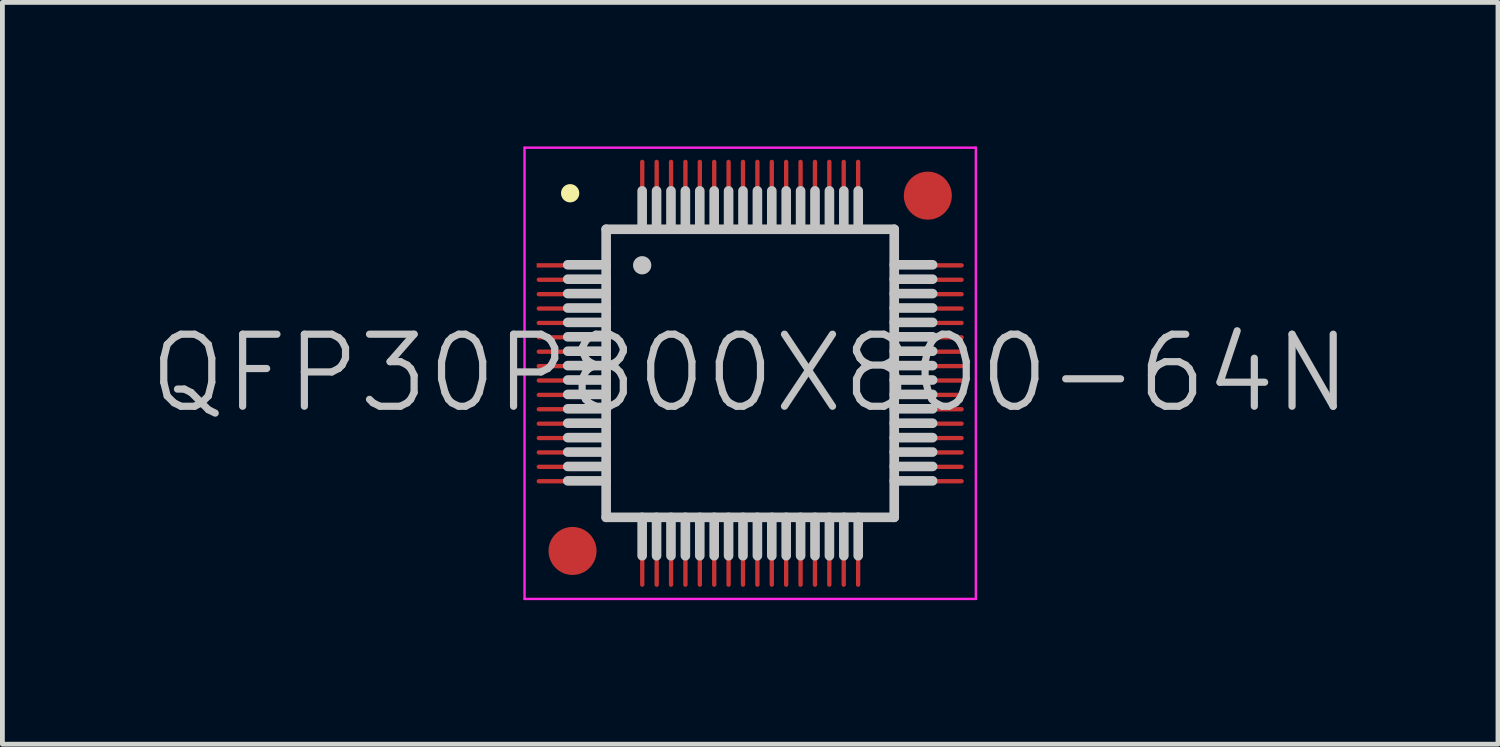
<source format=kicad_pcb>
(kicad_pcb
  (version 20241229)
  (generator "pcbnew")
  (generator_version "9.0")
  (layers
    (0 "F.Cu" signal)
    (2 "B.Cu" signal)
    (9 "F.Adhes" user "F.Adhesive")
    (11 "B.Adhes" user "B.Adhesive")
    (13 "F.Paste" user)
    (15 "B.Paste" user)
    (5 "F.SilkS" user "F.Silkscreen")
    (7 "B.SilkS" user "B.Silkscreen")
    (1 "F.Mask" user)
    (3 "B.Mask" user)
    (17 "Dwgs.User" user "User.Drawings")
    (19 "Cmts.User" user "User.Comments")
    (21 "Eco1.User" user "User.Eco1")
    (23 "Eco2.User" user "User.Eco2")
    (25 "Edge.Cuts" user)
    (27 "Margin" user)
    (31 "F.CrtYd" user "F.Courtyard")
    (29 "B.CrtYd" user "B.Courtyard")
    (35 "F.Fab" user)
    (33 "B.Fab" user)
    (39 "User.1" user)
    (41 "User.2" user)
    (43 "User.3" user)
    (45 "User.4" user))
  (footprint "QFP30P800X800-64N"
    (layer "F.Cu")
    (at 12.575 4.725)
    (property "Reference" "QFP30P800X800-64N" (at 0 0 0) (layer "Dwgs.User") (effects (font (size 1.5 1.5) (thickness 0.15))))
    (attr smd)
    (fp_line (start -3.75 -3.75) (end -3.75 -3.75) (stroke (width 0.381) (type solid)) (layer "F.SilkS"))
    (fp_line (start -3 -3) (end -3 3) (stroke (width 0.2) (type solid)) (layer "Dwgs.User"))
    (fp_line (start -3 -3) (end 3 -3) (stroke (width 0.2) (type solid)) (layer "Dwgs.User"))
    (fp_line (start -3 -2.26) (end -3.8 -2.26) (stroke (width 0.2) (type solid)) (layer "Dwgs.User"))
    (fp_line (start -3 -1.96) (end -3.8 -1.96) (stroke (width 0.2) (type solid)) (layer "Dwgs.User"))
    (fp_line (start -3 -1.66) (end -3.8 -1.66) (stroke (width 0.2) (type solid)) (layer "Dwgs.User"))
    (fp_line (start -3 -1.36) (end -3.8 -1.36) (stroke (width 0.2) (type solid)) (layer "Dwgs.User"))
    (fp_line (start -3 -1.06) (end -3.8 -1.06) (stroke (width 0.2) (type solid)) (layer "Dwgs.User"))
    (fp_line (start -3 -0.76) (end -3.8 -0.76) (stroke (width 0.2) (type solid)) (layer "Dwgs.User"))
    (fp_line (start -3 -0.46) (end -3.8 -0.46) (stroke (width 0.2) (type solid)) (layer "Dwgs.User"))
    (fp_line (start -3 -0.16) (end -3.8 -0.16) (stroke (width 0.2) (type solid)) (layer "Dwgs.User"))
    (fp_line (start -3 0.14) (end -3.8 0.14) (stroke (width 0.2) (type solid)) (layer "Dwgs.User"))
    (fp_line (start -3 0.44) (end -3.8 0.44) (stroke (width 0.2) (type solid)) (layer "Dwgs.User"))
    (fp_line (start -3 0.74) (end -3.8 0.74) (stroke (width 0.2) (type solid)) (layer "Dwgs.User"))
    (fp_line (start -3 1.04) (end -3.8 1.04) (stroke (width 0.2) (type solid)) (layer "Dwgs.User"))
    (fp_line (start -3 1.34) (end -3.8 1.34) (stroke (width 0.2) (type solid)) (layer "Dwgs.User"))
    (fp_line (start -3 1.64) (end -3.8 1.64) (stroke (width 0.2) (type solid)) (layer "Dwgs.User"))
    (fp_line (start -3 1.94) (end -3.8 1.94) (stroke (width 0.2) (type solid)) (layer "Dwgs.User"))
    (fp_line (start -3 2.24) (end -3.8 2.24) (stroke (width 0.2) (type solid)) (layer "Dwgs.User"))
    (fp_line (start -3 3) (end 3 3) (stroke (width 0.2) (type solid)) (layer "Dwgs.User"))
    (fp_line (start -2.25 -3) (end -2.25 -3.8) (stroke (width 0.2) (type solid)) (layer "Dwgs.User"))
    (fp_line (start -2.25 -2.25) (end -2.25 -2.25) (stroke (width 0.381) (type solid)) (layer "Dwgs.User"))
    (fp_line (start -2.25 3.8) (end -2.25 3) (stroke (width 0.2) (type solid)) (layer "Dwgs.User"))
    (fp_line (start -1.95 -3) (end -1.95 -3.8) (stroke (width 0.2) (type solid)) (layer "Dwgs.User"))
    (fp_line (start -1.95 3.8) (end -1.95 3) (stroke (width 0.2) (type solid)) (layer "Dwgs.User"))
    (fp_line (start -1.65 -3) (end -1.65 -3.8) (stroke (width 0.2) (type solid)) (layer "Dwgs.User"))
    (fp_line (start -1.65 3.8) (end -1.65 3) (stroke (width 0.2) (type solid)) (layer "Dwgs.User"))
    (fp_line (start -1.35 -3) (end -1.35 -3.8) (stroke (width 0.2) (type solid)) (layer "Dwgs.User"))
    (fp_line (start -1.35 3.8) (end -1.35 3) (stroke (width 0.2) (type solid)) (layer "Dwgs.User"))
    (fp_line (start -1.05 -3) (end -1.05 -3.8) (stroke (width 0.2) (type solid)) (layer "Dwgs.User"))
    (fp_line (start -1.05 3.8) (end -1.05 3) (stroke (width 0.2) (type solid)) (layer "Dwgs.User"))
    (fp_line (start -0.75 -3) (end -0.75 -3.8) (stroke (width 0.2) (type solid)) (layer "Dwgs.User"))
    (fp_line (start -0.75 3.8) (end -0.75 3) (stroke (width 0.2) (type solid)) (layer "Dwgs.User"))
    (fp_line (start -0.45 -3) (end -0.45 -3.8) (stroke (width 0.2) (type solid)) (layer "Dwgs.User"))
    (fp_line (start -0.45 3.8) (end -0.45 3) (stroke (width 0.2) (type solid)) (layer "Dwgs.User"))
    (fp_line (start -0.15 -3) (end -0.15 -3.8) (stroke (width 0.2) (type solid)) (layer "Dwgs.User"))
    (fp_line (start -0.15 3.8) (end -0.15 3) (stroke (width 0.2) (type solid)) (layer "Dwgs.User"))
    (fp_line (start 0.15 -3) (end 0.15 -3.8) (stroke (width 0.2) (type solid)) (layer "Dwgs.User"))
    (fp_line (start 0.15 3.8) (end 0.15 3) (stroke (width 0.2) (type solid)) (layer "Dwgs.User"))
    (fp_line (start 0.45 -3) (end 0.45 -3.8) (stroke (width 0.2) (type solid)) (layer "Dwgs.User"))
    (fp_line (start 0.45 3.8) (end 0.45 3) (stroke (width 0.2) (type solid)) (layer "Dwgs.User"))
    (fp_line (start 0.75 -3) (end 0.75 -3.8) (stroke (width 0.2) (type solid)) (layer "Dwgs.User"))
    (fp_line (start 0.75 3.8) (end 0.75 3) (stroke (width 0.2) (type solid)) (layer "Dwgs.User"))
    (fp_line (start 1.05 -3) (end 1.05 -3.8) (stroke (width 0.2) (type solid)) (layer "Dwgs.User"))
    (fp_line (start 1.05 3.8) (end 1.05 3) (stroke (width 0.2) (type solid)) (layer "Dwgs.User"))
    (fp_line (start 1.35 -3) (end 1.35 -3.8) (stroke (width 0.2) (type solid)) (layer "Dwgs.User"))
    (fp_line (start 1.35 3.8) (end 1.35 3) (stroke (width 0.2) (type solid)) (layer "Dwgs.User"))
    (fp_line (start 1.65 -3) (end 1.65 -3.8) (stroke (width 0.2) (type solid)) (layer "Dwgs.User"))
    (fp_line (start 1.65 3.8) (end 1.65 3) (stroke (width 0.2) (type solid)) (layer "Dwgs.User"))
    (fp_line (start 1.95 -3) (end 1.95 -3.8) (stroke (width 0.2) (type solid)) (layer "Dwgs.User"))
    (fp_line (start 1.95 3.8) (end 1.95 3) (stroke (width 0.2) (type solid)) (layer "Dwgs.User"))
    (fp_line (start 2.25 -3) (end 2.25 -3.8) (stroke (width 0.2) (type solid)) (layer "Dwgs.User"))
    (fp_line (start 2.25 3.8) (end 2.25 3) (stroke (width 0.2) (type solid)) (layer "Dwgs.User"))
    (fp_line (start 3 -3) (end 3 3) (stroke (width 0.2) (type solid)) (layer "Dwgs.User"))
    (fp_line (start 3.8 -2.26) (end 3 -2.26) (stroke (width 0.2) (type solid)) (layer "Dwgs.User"))
    (fp_line (start 3.8 -1.96) (end 3 -1.96) (stroke (width 0.2) (type solid)) (layer "Dwgs.User"))
    (fp_line (start 3.8 -1.66) (end 3 -1.66) (stroke (width 0.2) (type solid)) (layer "Dwgs.User"))
    (fp_line (start 3.8 -1.36) (end 3 -1.36) (stroke (width 0.2) (type solid)) (layer "Dwgs.User"))
    (fp_line (start 3.8 -1.06) (end 3 -1.06) (stroke (width 0.2) (type solid)) (layer "Dwgs.User"))
    (fp_line (start 3.8 -0.76) (end 3 -0.76) (stroke (width 0.2) (type solid)) (layer "Dwgs.User"))
    (fp_line (start 3.8 -0.46) (end 3 -0.46) (stroke (width 0.2) (type solid)) (layer "Dwgs.User"))
    (fp_line (start 3.8 -0.16) (end 3 -0.16) (stroke (width 0.2) (type solid)) (layer "Dwgs.User"))
    (fp_line (start 3.8 0.14) (end 3 0.14) (stroke (width 0.2) (type solid)) (layer "Dwgs.User"))
    (fp_line (start 3.8 0.44) (end 3 0.44) (stroke (width 0.2) (type solid)) (layer "Dwgs.User"))
    (fp_line (start 3.8 0.74) (end 3 0.74) (stroke (width 0.2) (type solid)) (layer "Dwgs.User"))
    (fp_line (start 3.8 1.04) (end 3 1.04) (stroke (width 0.2) (type solid)) (layer "Dwgs.User"))
    (fp_line (start 3.8 1.34) (end 3 1.34) (stroke (width 0.2) (type solid)) (layer "Dwgs.User"))
    (fp_line (start 3.8 1.64) (end 3 1.64) (stroke (width 0.2) (type solid)) (layer "Dwgs.User"))
    (fp_line (start 3.8 1.94) (end 3 1.94) (stroke (width 0.2) (type solid)) (layer "Dwgs.User"))
    (fp_line (start 3.8 2.24) (end 3 2.24) (stroke (width 0.2) (type solid)) (layer "Dwgs.User"))
    (fp_line (start -4.7 -4.7) (end -4.7 4.7) (stroke (width 0.05) (type solid)) (layer "F.CrtYd"))
    (fp_line (start -4.7 -4.7) (end 4.7 -4.7) (stroke (width 0.05) (type solid)) (layer "F.CrtYd"))
    (fp_line (start -4.7 4.7) (end 4.7 4.7) (stroke (width 0.05) (type solid)) (layer "F.CrtYd"))
    (fp_line (start 4.7 -4.7) (end 4.7 4.7) (stroke (width 0.05) (type solid)) (layer "F.CrtYd"))
    (pad "" smd circle (at -3.7 3.7) (size 1 1) (layers "F.Cu" "F.Mask"))
    (pad "" smd circle (at 3.7 -3.7) (size 1 1) (layers "F.Cu" "F.Mask"))
    (pad "1" smd rect (at -3.698 -2.248 90) (size 0.09 1.5) (layers "F.Cu" "F.Mask" "F.Paste"))
    (pad "2" smd oval (at -3.698 -1.948 90) (size 0.09 1.5) (layers "F.Cu" "F.Mask" "F.Paste"))
    (pad "3" smd oval (at -3.698 -1.648 90) (size 0.09 1.5) (layers "F.Cu" "F.Mask" "F.Paste"))
    (pad "4" smd oval (at -3.698 -1.349 90) (size 0.09 1.5) (layers "F.Cu" "F.Mask" "F.Paste"))
    (pad "5" smd oval (at -3.698 -1.049 90) (size 0.09 1.5) (layers "F.Cu" "F.Mask" "F.Paste"))
    (pad "6" smd oval (at -3.698 -0.749 90) (size 0.09 1.5) (layers "F.Cu" "F.Mask" "F.Paste"))
    (pad "7" smd oval (at -3.698 -0.45 90) (size 0.09 1.5) (layers "F.Cu" "F.Mask" "F.Paste"))
    (pad "8" smd oval (at -3.698 -0.15 90) (size 0.09 1.5) (layers "F.Cu" "F.Mask" "F.Paste"))
    (pad "9" smd oval (at -3.698 0.15 90) (size 0.09 1.5) (layers "F.Cu" "F.Mask" "F.Paste"))
    (pad "10" smd oval (at -3.698 0.45 90) (size 0.09 1.5) (layers "F.Cu" "F.Mask" "F.Paste"))
    (pad "11" smd oval (at -3.698 0.749 90) (size 0.09 1.5) (layers "F.Cu" "F.Mask" "F.Paste"))
    (pad "12" smd oval (at -3.698 1.049 90) (size 0.09 1.5) (layers "F.Cu" "F.Mask" "F.Paste"))
    (pad "13" smd oval (at -3.698 1.349 90) (size 0.09 1.5) (layers "F.Cu" "F.Mask" "F.Paste"))
    (pad "14" smd oval (at -3.698 1.648 90) (size 0.09 1.5) (layers "F.Cu" "F.Mask" "F.Paste"))
    (pad "15" smd oval (at -3.698 1.948 90) (size 0.09 1.5) (layers "F.Cu" "F.Mask" "F.Paste"))
    (pad "16" smd oval (at -3.698 2.248 90) (size 0.09 1.5) (layers "F.Cu" "F.Mask" "F.Paste"))
    (pad "17" smd oval (at -2.248 3.698 180) (size 0.09 1.5) (layers "F.Cu" "F.Mask" "F.Paste"))
    (pad "18" smd oval (at -1.948 3.698 180) (size 0.09 1.5) (layers "F.Cu" "F.Mask" "F.Paste"))
    (pad "19" smd oval (at -1.648 3.698 180) (size 0.09 1.5) (layers "F.Cu" "F.Mask" "F.Paste"))
    (pad "20" smd oval (at -1.349 3.698 180) (size 0.09 1.5) (layers "F.Cu" "F.Mask" "F.Paste"))
    (pad "21" smd oval (at -1.049 3.698 180) (size 0.09 1.5) (layers "F.Cu" "F.Mask" "F.Paste"))
    (pad "22" smd oval (at -0.749 3.698 180) (size 0.09 1.5) (layers "F.Cu" "F.Mask" "F.Paste"))
    (pad "23" smd oval (at -0.45 3.698 180) (size 0.09 1.5) (layers "F.Cu" "F.Mask" "F.Paste"))
    (pad "24" smd oval (at -0.15 3.698 180) (size 0.09 1.5) (layers "F.Cu" "F.Mask" "F.Paste"))
    (pad "25" smd oval (at 0.15 3.698 180) (size 0.09 1.5) (layers "F.Cu" "F.Mask" "F.Paste"))
    (pad "26" smd oval (at 0.45 3.698 180) (size 0.09 1.5) (layers "F.Cu" "F.Mask" "F.Paste"))
    (pad "27" smd oval (at 0.749 3.698 180) (size 0.09 1.5) (layers "F.Cu" "F.Mask" "F.Paste"))
    (pad "28" smd oval (at 1.049 3.698 180) (size 0.09 1.5) (layers "F.Cu" "F.Mask" "F.Paste"))
    (pad "29" smd oval (at 1.349 3.698 180) (size 0.09 1.5) (layers "F.Cu" "F.Mask" "F.Paste"))
    (pad "30" smd oval (at 1.648 3.698 180) (size 0.09 1.5) (layers "F.Cu" "F.Mask" "F.Paste"))
    (pad "31" smd oval (at 1.948 3.698 180) (size 0.09 1.5) (layers "F.Cu" "F.Mask" "F.Paste"))
    (pad "32" smd oval (at 2.248 3.698 180) (size 0.09 1.5) (layers "F.Cu" "F.Mask" "F.Paste"))
    (pad "33" smd oval (at 3.698 2.248 270) (size 0.09 1.5) (layers "F.Cu" "F.Mask" "F.Paste"))
    (pad "34" smd oval (at 3.698 1.948 270) (size 0.09 1.5) (layers "F.Cu" "F.Mask" "F.Paste"))
    (pad "35" smd oval (at 3.698 1.648 270) (size 0.09 1.5) (layers "F.Cu" "F.Mask" "F.Paste"))
    (pad "36" smd oval (at 3.698 1.349 270) (size 0.09 1.5) (layers "F.Cu" "F.Mask" "F.Paste"))
    (pad "37" smd oval (at 3.698 1.049 270) (size 0.09 1.5) (layers "F.Cu" "F.Mask" "F.Paste"))
    (pad "38" smd oval (at 3.698 0.749 270) (size 0.09 1.5) (layers "F.Cu" "F.Mask" "F.Paste"))
    (pad "39" smd oval (at 3.698 0.45 270) (size 0.09 1.5) (layers "F.Cu" "F.Mask" "F.Paste"))
    (pad "40" smd oval (at 3.698 0.15 270) (size 0.09 1.5) (layers "F.Cu" "F.Mask" "F.Paste"))
    (pad "41" smd oval (at 3.698 -0.15 270) (size 0.09 1.5) (layers "F.Cu" "F.Mask" "F.Paste"))
    (pad "42" smd oval (at 3.698 -0.45 270) (size 0.09 1.5) (layers "F.Cu" "F.Mask" "F.Paste"))
    (pad "43" smd oval (at 3.698 -0.749 270) (size 0.09 1.5) (layers "F.Cu" "F.Mask" "F.Paste"))
    (pad "44" smd oval (at 3.698 -1.049 270) (size 0.09 1.5) (layers "F.Cu" "F.Mask" "F.Paste"))
    (pad "45" smd oval (at 3.698 -1.349 270) (size 0.09 1.5) (layers "F.Cu" "F.Mask" "F.Paste"))
    (pad "46" smd oval (at 3.698 -1.648 270) (size 0.09 1.5) (layers "F.Cu" "F.Mask" "F.Paste"))
    (pad "47" smd oval (at 3.698 -1.948 270) (size 0.09 1.5) (layers "F.Cu" "F.Mask" "F.Paste"))
    (pad "48" smd oval (at 3.698 -2.248 270) (size 0.09 1.5) (layers "F.Cu" "F.Mask" "F.Paste"))
    (pad "49" smd oval (at 2.248 -3.698) (size 0.09 1.5) (layers "F.Cu" "F.Mask" "F.Paste"))
    (pad "50" smd oval (at 1.948 -3.698) (size 0.09 1.5) (layers "F.Cu" "F.Mask" "F.Paste"))
    (pad "51" smd oval (at 1.648 -3.698) (size 0.09 1.5) (layers "F.Cu" "F.Mask" "F.Paste"))
    (pad "52" smd oval (at 1.349 -3.698) (size 0.09 1.5) (layers "F.Cu" "F.Mask" "F.Paste"))
    (pad "53" smd oval (at 1.049 -3.698) (size 0.09 1.5) (layers "F.Cu" "F.Mask" "F.Paste"))
    (pad "54" smd oval (at 0.749 -3.698) (size 0.09 1.5) (layers "F.Cu" "F.Mask" "F.Paste"))
    (pad "55" smd oval (at 0.45 -3.698) (size 0.09 1.5) (layers "F.Cu" "F.Mask" "F.Paste"))
    (pad "56" smd oval (at 0.15 -3.698) (size 0.09 1.5) (layers "F.Cu" "F.Mask" "F.Paste"))
    (pad "57" smd oval (at -0.15 -3.698) (size 0.09 1.5) (layers "F.Cu" "F.Mask" "F.Paste"))
    (pad "58" smd oval (at -0.45 -3.698) (size 0.09 1.5) (layers "F.Cu" "F.Mask" "F.Paste"))
    (pad "59" smd oval (at -0.749 -3.698) (size 0.09 1.5) (layers "F.Cu" "F.Mask" "F.Paste"))
    (pad "60" smd oval (at -1.049 -3.698) (size 0.09 1.5) (layers "F.Cu" "F.Mask" "F.Paste"))
    (pad "61" smd oval (at -1.349 -3.698) (size 0.09 1.5) (layers "F.Cu" "F.Mask" "F.Paste"))
    (pad "62" smd oval (at -1.648 -3.698) (size 0.09 1.5) (layers "F.Cu" "F.Mask" "F.Paste"))
    (pad "63" smd oval (at -1.948 -3.698) (size 0.09 1.5) (layers "F.Cu" "F.Mask" "F.Paste"))
    (pad "64" smd oval (at -2.248 -3.698) (size 0.09 1.5) (layers "F.Cu" "F.Mask" "F.Paste")))
  (gr_rect
    (start -3 -3)
    (end 28.15 12.45)
    (stroke (width 0.1) (type default))
    (fill no)
    (layer "Edge.Cuts")))
</source>
